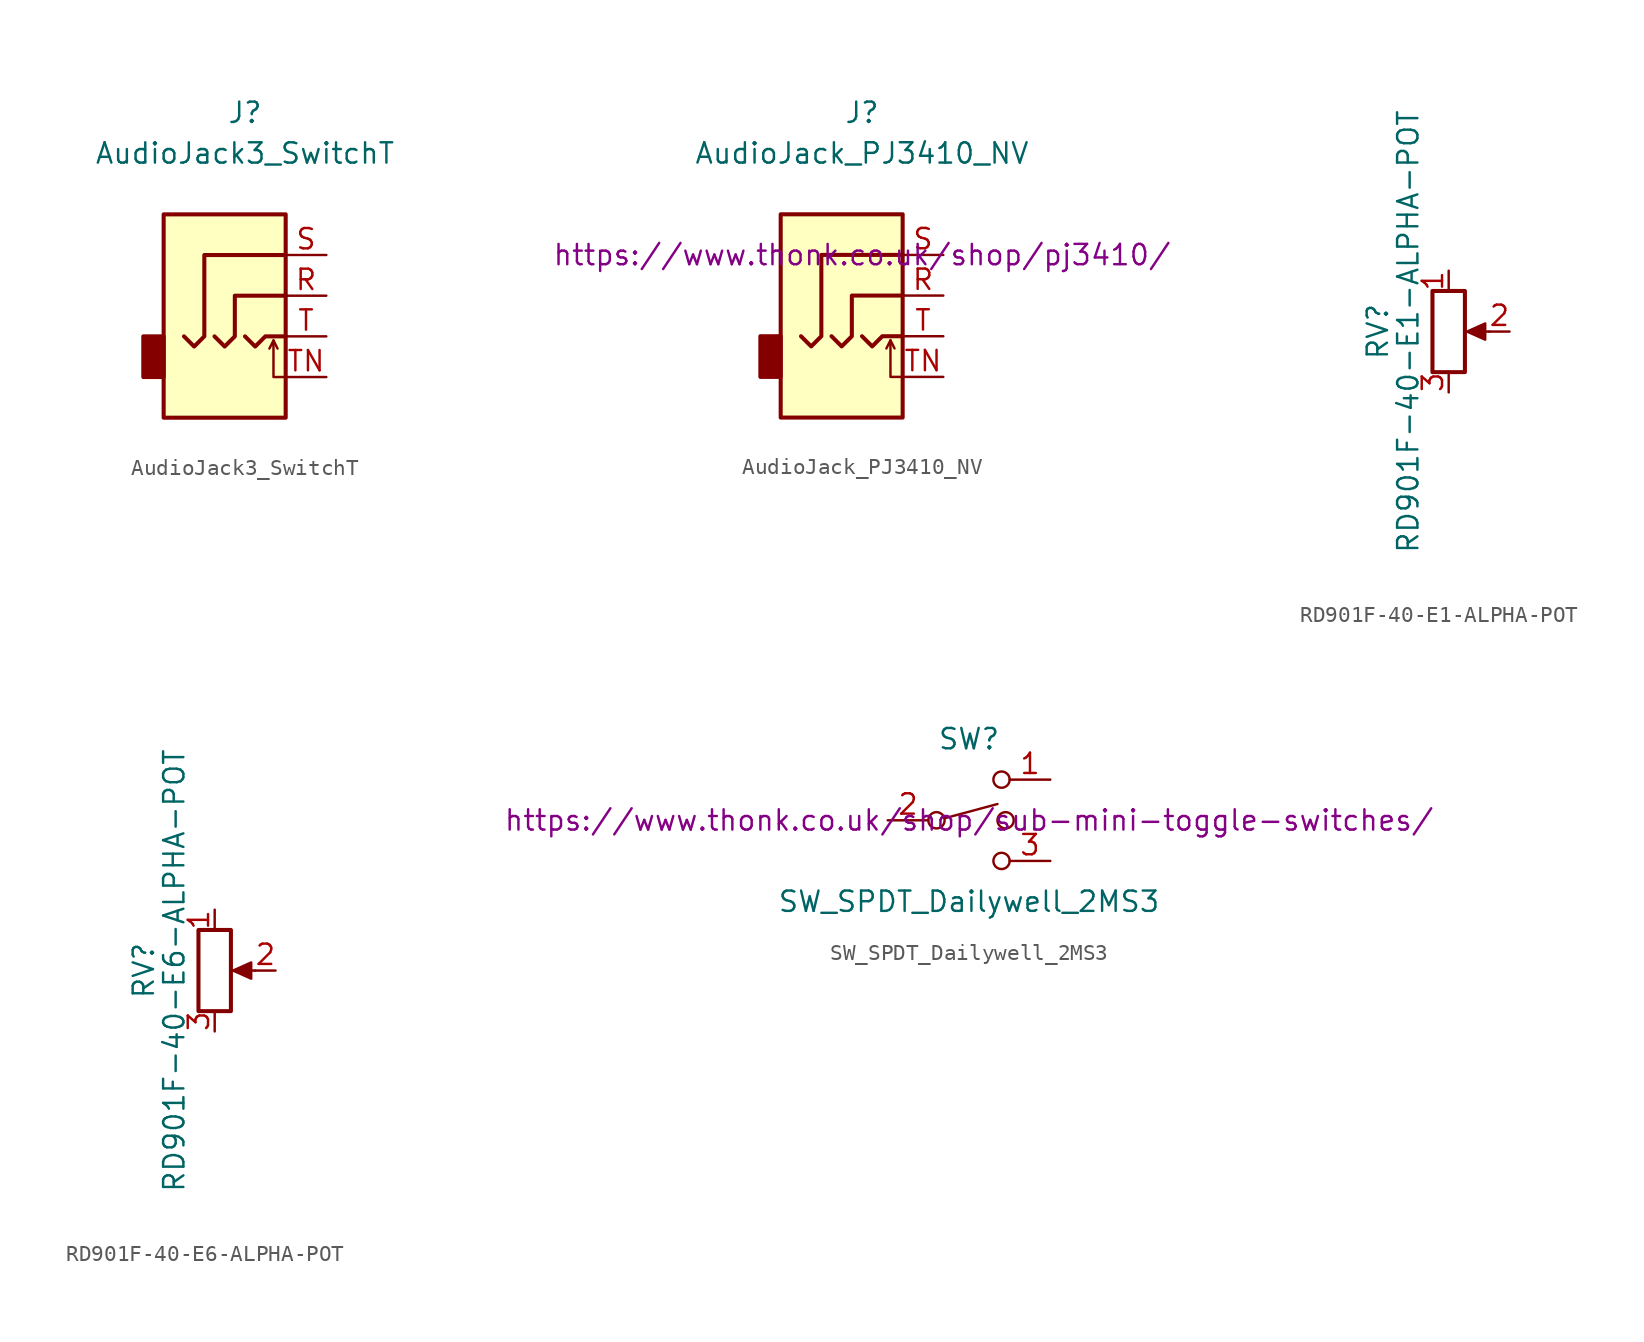
<source format=kicad_sym>
(kicad_symbol_lib
  (version 20211014)
  (generator kicad_symbol_editor)
  (symbol "AudioJack3_SwitchT"
    (property "Reference" "J"
      (at 0 8.89 0)
      (effects (font (size 1.27 1.27))))
    (property "Value" "AudioJack3_SwitchT"
      (at 0 6.35 0)
      (effects (font (size 1.27 1.27))))
    (symbol "AudioJack3_SwitchT_0_1"
      (rectangle (start -5.08 -5.08) (end -6.35 -7.62) (stroke (width 0.254) (type default) (color 0 0 0 0)) (fill (type outline)))
      (rectangle (start -5.08 2.54) (end 2.54 -10.16) (stroke (width 0.254) (type default) (color 0 0 0 0)) (fill (type background)))
      (polyline (pts (xy 1.778 -5.334) (xy 2.032 -5.842)) (stroke (width 0) (type default) (color 0 0 0 0)) (fill (type none)))
      (polyline (pts (xy 0 -5.08) (xy 0.635 -5.715) (xy 1.27 -5.08) (xy 2.54 -5.08)) (stroke (width 0.254) (type default) (color 0 0 0 0)) (fill (type none)))
      (polyline (pts (xy 2.54 -7.62) (xy 1.778 -7.62) (xy 1.778 -5.334) (xy 1.524 -5.842)) (stroke (width 0) (type default) (color 0 0 0 0)) (fill (type none)))
      (polyline (pts (xy -1.905 -5.08) (xy -1.27 -5.715) (xy -0.635 -5.08) (xy -0.635 -2.54) (xy 2.54 -2.54)) (stroke (width 0.254) (type default) (color 0 0 0 0)) (fill (type none)))
      (polyline (pts (xy 2.54 0) (xy -2.54 0) (xy -2.54 -5.08) (xy -3.175 -5.715) (xy -3.81 -5.08)) (stroke (width 0.254) (type default) (color 0 0 0 0)) (fill (type none))))
    (symbol "AudioJack3_SwitchT_1_1"
      (pin passive line (at 5.08 -2.54 180) (length 2.54) (name "~" (effects (font (size 1.27 1.27)))) (number "R" (effects (font (size 1.27 1.27)))))
      (pin passive line (at 5.08 0 180) (length 2.54) (name "~" (effects (font (size 1.27 1.27)))) (number "S" (effects (font (size 1.27 1.27)))))
      (pin passive line (at 5.08 -5.08 180) (length 2.54) (name "~" (effects (font (size 1.27 1.27)))) (number "T" (effects (font (size 1.27 1.27)))))
      (pin passive line (at 5.08 -7.62 180) (length 2.54) (name "~" (effects (font (size 1.27 1.27)))) (number "TN" (effects (font (size 1.27 1.27)))))))
  (symbol "AudioJack_PJ3410_NV"
    (property "Reference" "J"
      (at 0 8.89 0)
      (effects (font (size 1.27 1.27))))
    (property "Value" "AudioJack_PJ3410_NV"
      (at 0 6.35 0)
      (effects (font (size 1.27 1.27))))
    (property "kicost:Thonk:link" "https://www.thonk.co.uk/shop/pj3410/"
      (at 0 0 0)
      (effects (font (size 1.27 1.27))))
    (symbol "AudioJack_PJ3410_NV_0_1"
      (rectangle (start -5.08 -5.08) (end -6.35 -7.62) (stroke (width 0.254) (type default) (color 0 0 0 0)) (fill (type outline)))
      (rectangle (start -5.08 2.54) (end 2.54 -10.16) (stroke (width 0.254) (type default) (color 0 0 0 0)) (fill (type background)))
      (polyline (pts (xy 1.778 -5.334) (xy 2.032 -5.842)) (stroke (width 0) (type default) (color 0 0 0 0)) (fill (type none)))
      (polyline (pts (xy 0 -5.08) (xy 0.635 -5.715) (xy 1.27 -5.08) (xy 2.54 -5.08)) (stroke (width 0.254) (type default) (color 0 0 0 0)) (fill (type none)))
      (polyline (pts (xy 2.54 -7.62) (xy 1.778 -7.62) (xy 1.778 -5.334) (xy 1.524 -5.842)) (stroke (width 0) (type default) (color 0 0 0 0)) (fill (type none)))
      (polyline (pts (xy -1.905 -5.08) (xy -1.27 -5.715) (xy -0.635 -5.08) (xy -0.635 -2.54) (xy 2.54 -2.54)) (stroke (width 0.254) (type default) (color 0 0 0 0)) (fill (type none)))
      (polyline (pts (xy 2.54 0) (xy -2.54 0) (xy -2.54 -5.08) (xy -3.175 -5.715) (xy -3.81 -5.08)) (stroke (width 0.254) (type default) (color 0 0 0 0)) (fill (type none))))
    (symbol "AudioJack_PJ3410_NV_1_1"
      (pin passive line (at 5.08 -2.54 180) (length 2.54) (name "~" (effects (font (size 1.27 1.27)))) (number "R" (effects (font (size 1.27 1.27)))))
      (pin passive line (at 5.08 0 180) (length 2.54) (name "~" (effects (font (size 1.27 1.27)))) (number "S" (effects (font (size 1.27 1.27)))))
      (pin passive line (at 5.08 -5.08 180) (length 2.54) (name "~" (effects (font (size 1.27 1.27)))) (number "T" (effects (font (size 1.27 1.27)))))
      (pin passive line (at 5.08 -7.62 180) (length 2.54) (name "~" (effects (font (size 1.27 1.27)))) (number "TN" (effects (font (size 1.27 1.27)))))))
  (symbol "RD901F-40-E1-ALPHA-POT"
    (pin_names
      (offset 1.016) hide)
    (property "Reference" "RV"
      (at -4.445 0 90)
      (effects (font (size 1.27 1.27))))
    (property "Value" "RD901F-40-E1-ALPHA-POT"
      (at -2.54 0 90)
      (effects (font (size 1.27 1.27))))
    (symbol "RD901F-40-E1-ALPHA-POT_0_1"
      (polyline (pts (xy 2.54 0) (xy 1.524 0)) (stroke (width 0) (type default) (color 0 0 0 0)) (fill (type none)))
      (polyline (pts (xy 1.143 0) (xy 2.286 0.508) (xy 2.286 -0.508) (xy 1.143 0)) (stroke (width 0) (type default) (color 0 0 0 0)) (fill (type outline)))
      (rectangle (start 1.016 2.54) (end -1.016 -2.54) (stroke (width 0.254) (type default) (color 0 0 0 0)) (fill (type none))))
    (symbol "RD901F-40-E1-ALPHA-POT_1_1"
      (pin passive line (at 0 3.81 270) (length 1.27) (name "1" (effects (font (size 1.27 1.27)))) (number "1" (effects (font (size 1.27 1.27)))))
      (pin passive line (at 3.81 0 180) (length 1.27) (name "2" (effects (font (size 1.27 1.27)))) (number "2" (effects (font (size 1.27 1.27)))))
      (pin passive line (at 0 -3.81 90) (length 1.27) (name "3" (effects (font (size 1.27 1.27)))) (number "3" (effects (font (size 1.27 1.27)))))))
  (symbol "RD901F-40-E6-ALPHA-POT"
    (pin_names
      (offset 1.016) hide)
    (property "Reference" "RV"
      (at -4.445 0 90)
      (effects (font (size 1.27 1.27))))
    (property "Value" "RD901F-40-E6-ALPHA-POT"
      (at -2.54 0 90)
      (effects (font (size 1.27 1.27))))
    (symbol "RD901F-40-E6-ALPHA-POT_0_1"
      (polyline (pts (xy 2.54 0) (xy 1.524 0)) (stroke (width 0) (type default) (color 0 0 0 0)) (fill (type none)))
      (polyline (pts (xy 1.143 0) (xy 2.286 0.508) (xy 2.286 -0.508) (xy 1.143 0)) (stroke (width 0) (type default) (color 0 0 0 0)) (fill (type outline)))
      (rectangle (start 1.016 2.54) (end -1.016 -2.54) (stroke (width 0.254) (type default) (color 0 0 0 0)) (fill (type none))))
    (symbol "RD901F-40-E6-ALPHA-POT_1_1"
      (pin passive line (at 0 3.81 270) (length 1.27) (name "1" (effects (font (size 1.27 1.27)))) (number "1" (effects (font (size 1.27 1.27)))))
      (pin passive line (at 3.81 0 180) (length 1.27) (name "2" (effects (font (size 1.27 1.27)))) (number "2" (effects (font (size 1.27 1.27)))))
      (pin passive line (at 0 -3.81 90) (length 1.27) (name "3" (effects (font (size 1.27 1.27)))) (number "3" (effects (font (size 1.27 1.27)))))))
  (symbol "SW_SPDT_Dailywell_2MS3"
    (pin_names
      (offset 0) hide)
    (property "Reference" "SW"
      (at 0 5.08 0)
      (effects (font (size 1.27 1.27))))
    (property "Value" "SW_SPDT_Dailywell_2MS3"
      (at 0 -5.08 0)
      (effects (font (size 1.27 1.27))))
    (property "kicost:Thonk:link" "https://www.thonk.co.uk/shop/sub-mini-toggle-switches/"
      (at 0 0 0)
      (effects (font (size 1.27 1.27))))
    (symbol "SW_SPDT_Dailywell_2MS3_0_0"
      (circle (center -2.032 0) (radius 0.508) (stroke (width 0) (type default) (color 0 0 0 0)) (fill (type none)))
      (polyline (pts (xy -1.524 0.127) (xy 1.778 1.016)) (stroke (width 0) (type default) (color 0 0 0 0)) (fill (type none)))
      (circle (center 2.032 -2.54) (radius 0.508) (stroke (width 0) (type default) (color 0 0 0 0)) (fill (type none))))
    (symbol "SW_SPDT_Dailywell_2MS3_0_1"
      (circle (center 2.032 2.54) (radius 0.508) (stroke (width 0) (type default) (color 0 0 0 0)) (fill (type none)))
      (circle (center 2.286 0) (radius 0.508) (stroke (width 0) (type default) (color 0 0 0 0)) (fill (type none))))
    (symbol "SW_SPDT_Dailywell_2MS3_1_1"
      (pin passive line (at 5.08 2.54 180) (length 2.54) (name "1" (effects (font (size 1.27 1.27)))) (number "1" (effects (font (size 1.27 1.27)))))
      (pin passive line (at -5.08 0 0) (length 2.54) (name "2" (effects (font (size 1.27 1.27)))) (number "2" (effects (font (size 1.27 1.27)))))
      (pin passive line (at 5.08 -2.54 180) (length 2.54) (name "3" (effects (font (size 1.27 1.27)))) (number "3" (effects (font (size 1.27 1.27))))))))
</source>
